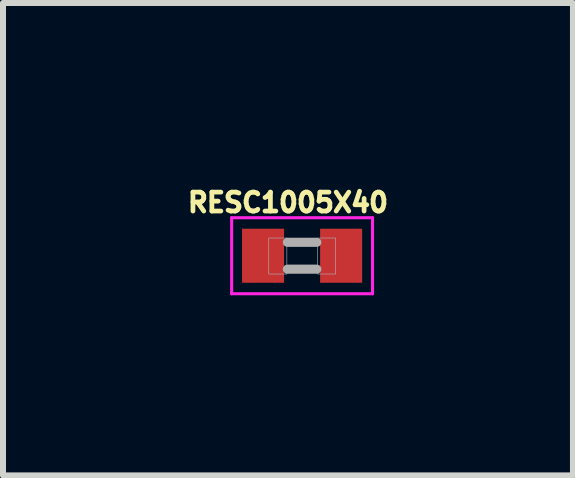
<source format=kicad_pcb>
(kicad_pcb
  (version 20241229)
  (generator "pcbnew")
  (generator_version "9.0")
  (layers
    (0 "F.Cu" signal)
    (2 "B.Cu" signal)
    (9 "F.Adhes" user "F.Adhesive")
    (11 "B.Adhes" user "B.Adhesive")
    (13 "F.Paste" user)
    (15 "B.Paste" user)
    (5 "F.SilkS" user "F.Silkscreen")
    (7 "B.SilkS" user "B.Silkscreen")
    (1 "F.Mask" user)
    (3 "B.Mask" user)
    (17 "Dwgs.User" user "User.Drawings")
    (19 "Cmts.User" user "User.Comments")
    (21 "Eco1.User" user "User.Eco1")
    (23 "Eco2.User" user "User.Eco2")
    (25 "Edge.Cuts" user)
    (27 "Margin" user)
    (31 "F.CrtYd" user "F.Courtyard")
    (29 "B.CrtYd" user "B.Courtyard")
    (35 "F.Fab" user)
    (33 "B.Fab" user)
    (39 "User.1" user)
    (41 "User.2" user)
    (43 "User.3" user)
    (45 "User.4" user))
  (footprint "RESC1005X40"
    (layer "F.Cu")
    (at 1.981 1.209)
    (property "Reference" "RESC1005X40" (at -0.235 -0.886 0) (layer "F.SilkS") (effects (font (size 0.315 0.315) (thickness 0.15))))
    (attr smd)
    (fp_line (start -1.173 -0.633) (end 1.173 -0.633) (stroke (width 0.051) (type solid)) (layer "F.CrtYd"))
    (fp_line (start -1.173 0.633) (end -1.173 -0.633) (stroke (width 0.051) (type solid)) (layer "F.CrtYd"))
    (fp_line (start 1.173 -0.633) (end 1.173 0.633) (stroke (width 0.051) (type solid)) (layer "F.CrtYd"))
    (fp_line (start 1.173 0.633) (end -1.173 0.633) (stroke (width 0.051) (type solid)) (layer "F.CrtYd"))
    (fp_line (start -0.245 -0.224) (end 0.245 -0.224) (stroke (width 0.152) (type solid)) (layer "F.Fab"))
    (fp_line (start 0.245 0.224) (end -0.245 0.224) (stroke (width 0.152) (type solid)) (layer "F.Fab"))
    (fp_poly (pts (xy -0.555 -0.295) (xy -0.254 -0.295) (xy -0.254 0.305) (xy -0.555 0.305)) (stroke (width 0.01) (type solid)) (fill no) (layer "F.Fab"))
    (fp_poly (pts (xy 0.259 -0.295) (xy 0.559 -0.295) (xy 0.559 0.305) (xy 0.259 0.305)) (stroke (width 0.01) (type solid)) (fill no) (layer "F.Fab"))
    (pad "1" smd rect (at -0.65 0) (size 0.7 0.9) (layers "F.Cu" "F.Mask" "F.Paste"))
    (pad "2" smd rect (at 0.65 0) (size 0.7 0.9) (layers "F.Cu" "F.Mask" "F.Paste")))
  (gr_rect
    (start -3 -3)
    (end 6.492 4.867)
    (stroke (width 0.1) (type default))
    (fill no)
    (layer "Edge.Cuts")))
</source>
